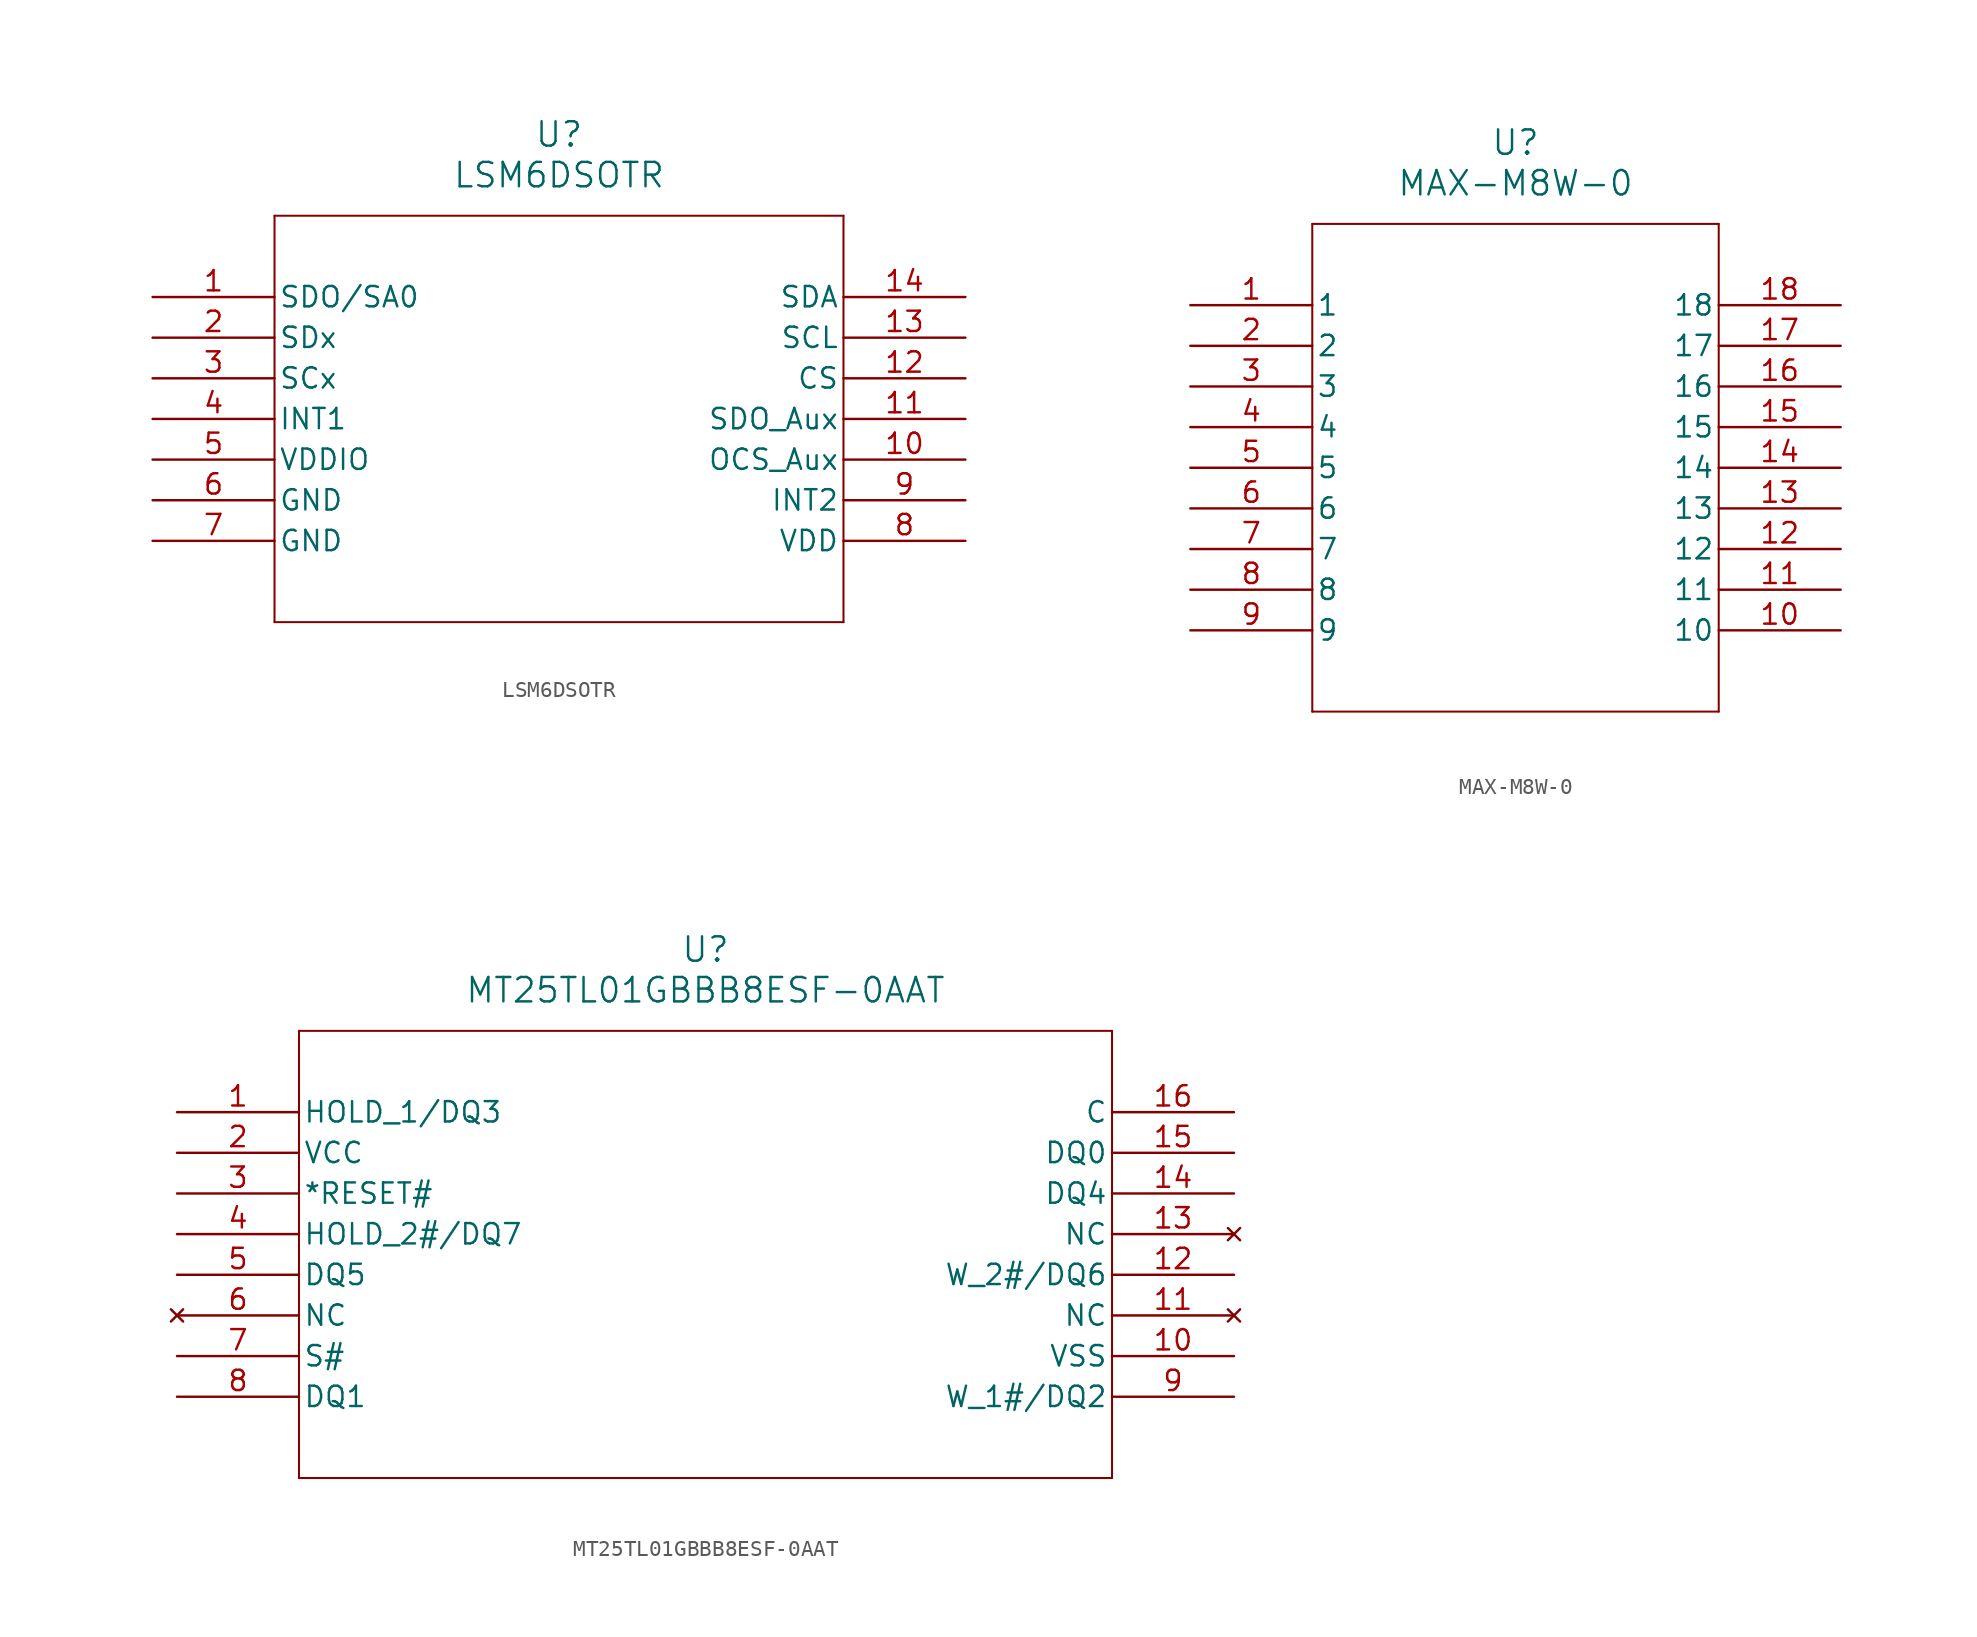
<source format=kicad_sym>
(kicad_symbol_lib
  (version 20241209)
  (generator "kicad_symbol_editor")
  (generator_version "9.0")
  (symbol "LSM6DSOTR"
    (pin_names
      (offset 0.254))
    (property "Reference" "U"
      (at 25.4 10.16 0)
      (effects (font (size 1.524 1.524))))
    (property "Value" "LSM6DSOTR"
      (at 25.4 7.62 0)
      (effects (font (size 1.524 1.524))))
    (property "ki_locked" ""
      (at 0 0 0)
      (effects (font (size 1.27 1.27))))
    (symbol "LSM6DSOTR_0_1"
      (polyline (pts (xy 7.62 5.08) (xy 7.62 -20.32)) (stroke (width 0.127) (type default)) (fill (type none)))
      (polyline (pts (xy 7.62 -20.32) (xy 43.18 -20.32)) (stroke (width 0.127) (type default)) (fill (type none)))
      (polyline (pts (xy 43.18 5.08) (xy 7.62 5.08)) (stroke (width 0.127) (type default)) (fill (type none)))
      (polyline (pts (xy 43.18 -20.32) (xy 43.18 5.08)) (stroke (width 0.127) (type default)) (fill (type none)))
      (pin bidirectional line (at 0 0 0) (length 7.62) (name "SDO/SA0" (effects (font (size 1.27 1.27)))) (number "1" (effects (font (size 1.27 1.27)))))
      (pin bidirectional line (at 0 -2.54 0) (length 7.62) (name "SDx" (effects (font (size 1.27 1.27)))) (number "2" (effects (font (size 1.27 1.27)))))
      (pin bidirectional line (at 0 -5.08 0) (length 7.62) (name "SCx" (effects (font (size 1.27 1.27)))) (number "3" (effects (font (size 1.27 1.27)))))
      (pin output line (at 0 -7.62 0) (length 7.62) (name "INT1" (effects (font (size 1.27 1.27)))) (number "4" (effects (font (size 1.27 1.27)))))
      (pin power_in line (at 0 -10.16 0) (length 7.62) (name "VDDIO" (effects (font (size 1.27 1.27)))) (number "5" (effects (font (size 1.27 1.27)))))
      (pin power_out line (at 0 -12.7 0) (length 7.62) (name "GND" (effects (font (size 1.27 1.27)))) (number "6" (effects (font (size 1.27 1.27)))))
      (pin power_out line (at 0 -15.24 0) (length 7.62) (name "GND" (effects (font (size 1.27 1.27)))) (number "7" (effects (font (size 1.27 1.27)))))
      (pin bidirectional line (at 50.8 0 180) (length 7.62) (name "SDA" (effects (font (size 1.27 1.27)))) (number "14" (effects (font (size 1.27 1.27)))))
      (pin input line (at 50.8 -2.54 180) (length 7.62) (name "SCL" (effects (font (size 1.27 1.27)))) (number "13" (effects (font (size 1.27 1.27)))))
      (pin input line (at 50.8 -5.08 180) (length 7.62) (name "CS" (effects (font (size 1.27 1.27)))) (number "12" (effects (font (size 1.27 1.27)))))
      (pin bidirectional line (at 50.8 -7.62 180) (length 7.62) (name "SDO_Aux" (effects (font (size 1.27 1.27)))) (number "11" (effects (font (size 1.27 1.27)))))
      (pin bidirectional line (at 50.8 -10.16 180) (length 7.62) (name "OCS_Aux" (effects (font (size 1.27 1.27)))) (number "10" (effects (font (size 1.27 1.27)))))
      (pin output line (at 50.8 -12.7 180) (length 7.62) (name "INT2" (effects (font (size 1.27 1.27)))) (number "9" (effects (font (size 1.27 1.27)))))
      (pin power_in line (at 50.8 -15.24 180) (length 7.62) (name "VDD" (effects (font (size 1.27 1.27)))) (number "8" (effects (font (size 1.27 1.27)))))))
  (symbol "MAX-M8W-0"
    (pin_names
      (offset 0.254))
    (property "Reference" "U"
      (at 20.32 10.16 0)
      (effects (font (size 1.524 1.524))))
    (property "Value" "MAX-M8W-0"
      (at 20.32 7.62 0)
      (effects (font (size 1.524 1.524))))
    (property "ki_locked" ""
      (at 0 0 0)
      (effects (font (size 1.27 1.27))))
    (symbol "MAX-M8W-0_0_1"
      (polyline (pts (xy 7.62 5.08) (xy 7.62 -25.4)) (stroke (width 0.127) (type default)) (fill (type none)))
      (polyline (pts (xy 7.62 -25.4) (xy 33.02 -25.4)) (stroke (width 0.127) (type default)) (fill (type none)))
      (polyline (pts (xy 33.02 5.08) (xy 7.62 5.08)) (stroke (width 0.127) (type default)) (fill (type none)))
      (polyline (pts (xy 33.02 -25.4) (xy 33.02 5.08)) (stroke (width 0.127) (type default)) (fill (type none)))
      (pin unspecified line (at 0 0 0) (length 7.62) (name "1" (effects (font (size 1.27 1.27)))) (number "1" (effects (font (size 1.27 1.27)))))
      (pin unspecified line (at 0 -2.54 0) (length 7.62) (name "2" (effects (font (size 1.27 1.27)))) (number "2" (effects (font (size 1.27 1.27)))))
      (pin unspecified line (at 0 -5.08 0) (length 7.62) (name "3" (effects (font (size 1.27 1.27)))) (number "3" (effects (font (size 1.27 1.27)))))
      (pin unspecified line (at 0 -7.62 0) (length 7.62) (name "4" (effects (font (size 1.27 1.27)))) (number "4" (effects (font (size 1.27 1.27)))))
      (pin unspecified line (at 0 -10.16 0) (length 7.62) (name "5" (effects (font (size 1.27 1.27)))) (number "5" (effects (font (size 1.27 1.27)))))
      (pin unspecified line (at 0 -12.7 0) (length 7.62) (name "6" (effects (font (size 1.27 1.27)))) (number "6" (effects (font (size 1.27 1.27)))))
      (pin unspecified line (at 0 -15.24 0) (length 7.62) (name "7" (effects (font (size 1.27 1.27)))) (number "7" (effects (font (size 1.27 1.27)))))
      (pin unspecified line (at 0 -17.78 0) (length 7.62) (name "8" (effects (font (size 1.27 1.27)))) (number "8" (effects (font (size 1.27 1.27)))))
      (pin unspecified line (at 0 -20.32 0) (length 7.62) (name "9" (effects (font (size 1.27 1.27)))) (number "9" (effects (font (size 1.27 1.27)))))
      (pin unspecified line (at 40.64 0 180) (length 7.62) (name "18" (effects (font (size 1.27 1.27)))) (number "18" (effects (font (size 1.27 1.27)))))
      (pin unspecified line (at 40.64 -2.54 180) (length 7.62) (name "17" (effects (font (size 1.27 1.27)))) (number "17" (effects (font (size 1.27 1.27)))))
      (pin unspecified line (at 40.64 -5.08 180) (length 7.62) (name "16" (effects (font (size 1.27 1.27)))) (number "16" (effects (font (size 1.27 1.27)))))
      (pin unspecified line (at 40.64 -7.62 180) (length 7.62) (name "15" (effects (font (size 1.27 1.27)))) (number "15" (effects (font (size 1.27 1.27)))))
      (pin unspecified line (at 40.64 -10.16 180) (length 7.62) (name "14" (effects (font (size 1.27 1.27)))) (number "14" (effects (font (size 1.27 1.27)))))
      (pin unspecified line (at 40.64 -12.7 180) (length 7.62) (name "13" (effects (font (size 1.27 1.27)))) (number "13" (effects (font (size 1.27 1.27)))))
      (pin unspecified line (at 40.64 -15.24 180) (length 7.62) (name "12" (effects (font (size 1.27 1.27)))) (number "12" (effects (font (size 1.27 1.27)))))
      (pin unspecified line (at 40.64 -17.78 180) (length 7.62) (name "11" (effects (font (size 1.27 1.27)))) (number "11" (effects (font (size 1.27 1.27)))))
      (pin unspecified line (at 40.64 -20.32 180) (length 7.62) (name "10" (effects (font (size 1.27 1.27)))) (number "10" (effects (font (size 1.27 1.27)))))))
  (symbol "MT25TL01GBBB8ESF-0AAT"
    (pin_names
      (offset 0.254))
    (property "Reference" "U"
      (at 33.02 10.16 0)
      (effects (font (size 1.524 1.524))))
    (property "Value" "MT25TL01GBBB8ESF-0AAT"
      (at 33.02 7.62 0)
      (effects (font (size 1.524 1.524))))
    (property "ki_locked" ""
      (at 0 0 0)
      (effects (font (size 1.27 1.27))))
    (symbol "MT25TL01GBBB8ESF-0AAT_0_1"
      (polyline (pts (xy 7.62 5.08) (xy 7.62 -22.86)) (stroke (width 0.127) (type default)) (fill (type none)))
      (polyline (pts (xy 7.62 -22.86) (xy 58.42 -22.86)) (stroke (width 0.127) (type default)) (fill (type none)))
      (polyline (pts (xy 58.42 5.08) (xy 7.62 5.08)) (stroke (width 0.127) (type default)) (fill (type none)))
      (polyline (pts (xy 58.42 -22.86) (xy 58.42 5.08)) (stroke (width 0.127) (type default)) (fill (type none)))
      (pin bidirectional line (at 0 0 0) (length 7.62) (name "HOLD_1/DQ3" (effects (font (size 1.27 1.27)))) (number "1" (effects (font (size 1.27 1.27)))))
      (pin power_in line (at 0 -2.54 0) (length 7.62) (name "VCC" (effects (font (size 1.27 1.27)))) (number "2" (effects (font (size 1.27 1.27)))))
      (pin input line (at 0 -5.08 0) (length 7.62) (name "*RESET#" (effects (font (size 1.27 1.27)))) (number "3" (effects (font (size 1.27 1.27)))))
      (pin bidirectional line (at 0 -7.62 0) (length 7.62) (name "HOLD_2#/DQ7" (effects (font (size 1.27 1.27)))) (number "4" (effects (font (size 1.27 1.27)))))
      (pin bidirectional line (at 0 -10.16 0) (length 7.62) (name "DQ5" (effects (font (size 1.27 1.27)))) (number "5" (effects (font (size 1.27 1.27)))))
      (pin no_connect line (at 0 -12.7 0) (length 7.62) (name "NC" (effects (font (size 1.27 1.27)))) (number "6" (effects (font (size 1.27 1.27)))))
      (pin input line (at 0 -15.24 0) (length 7.62) (name "S#" (effects (font (size 1.27 1.27)))) (number "7" (effects (font (size 1.27 1.27)))))
      (pin bidirectional line (at 0 -17.78 0) (length 7.62) (name "DQ1" (effects (font (size 1.27 1.27)))) (number "8" (effects (font (size 1.27 1.27)))))
      (pin input line (at 66.04 0 180) (length 7.62) (name "C" (effects (font (size 1.27 1.27)))) (number "16" (effects (font (size 1.27 1.27)))))
      (pin bidirectional line (at 66.04 -2.54 180) (length 7.62) (name "DQ0" (effects (font (size 1.27 1.27)))) (number "15" (effects (font (size 1.27 1.27)))))
      (pin bidirectional line (at 66.04 -5.08 180) (length 7.62) (name "DQ4" (effects (font (size 1.27 1.27)))) (number "14" (effects (font (size 1.27 1.27)))))
      (pin no_connect line (at 66.04 -7.62 180) (length 7.62) (name "NC" (effects (font (size 1.27 1.27)))) (number "13" (effects (font (size 1.27 1.27)))))
      (pin bidirectional line (at 66.04 -10.16 180) (length 7.62) (name "W_2#/DQ6" (effects (font (size 1.27 1.27)))) (number "12" (effects (font (size 1.27 1.27)))))
      (pin no_connect line (at 66.04 -12.7 180) (length 7.62) (name "NC" (effects (font (size 1.27 1.27)))) (number "11" (effects (font (size 1.27 1.27)))))
      (pin power_out line (at 66.04 -15.24 180) (length 7.62) (name "VSS" (effects (font (size 1.27 1.27)))) (number "10" (effects (font (size 1.27 1.27)))))
      (pin bidirectional line (at 66.04 -17.78 180) (length 7.62) (name "W_1#/DQ2" (effects (font (size 1.27 1.27)))) (number "9" (effects (font (size 1.27 1.27))))))))
</source>
